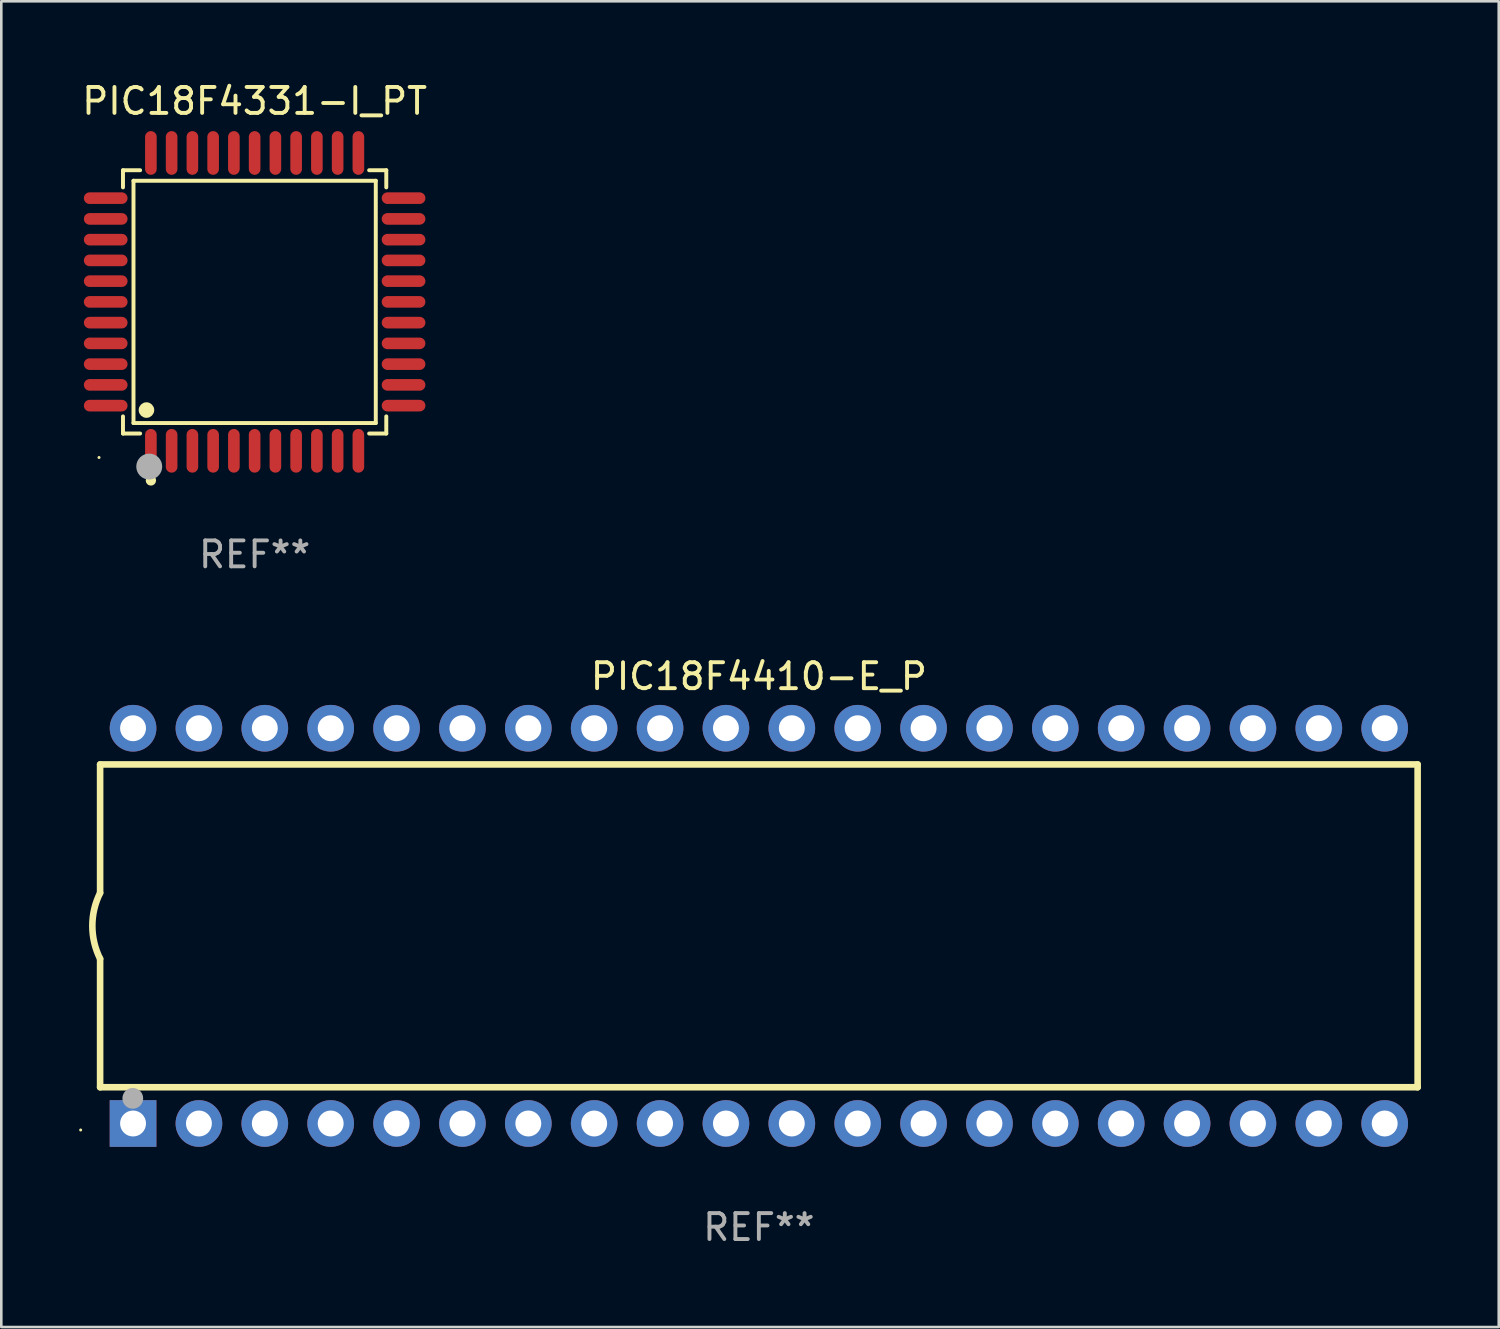
<source format=kicad_pcb>
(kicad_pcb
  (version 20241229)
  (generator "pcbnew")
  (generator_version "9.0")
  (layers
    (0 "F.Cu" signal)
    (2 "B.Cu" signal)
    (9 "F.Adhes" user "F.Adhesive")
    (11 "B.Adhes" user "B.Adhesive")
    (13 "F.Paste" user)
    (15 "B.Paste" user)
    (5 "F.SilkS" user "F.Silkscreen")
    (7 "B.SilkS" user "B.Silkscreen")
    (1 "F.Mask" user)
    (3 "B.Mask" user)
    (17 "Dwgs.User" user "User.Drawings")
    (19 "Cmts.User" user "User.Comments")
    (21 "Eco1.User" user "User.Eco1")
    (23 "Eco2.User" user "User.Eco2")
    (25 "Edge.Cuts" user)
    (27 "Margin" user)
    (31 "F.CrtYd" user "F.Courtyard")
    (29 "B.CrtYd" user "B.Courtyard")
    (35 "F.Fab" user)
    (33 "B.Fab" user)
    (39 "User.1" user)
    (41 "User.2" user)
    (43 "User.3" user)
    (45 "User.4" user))
  (footprint "PIC18F4331-I_PT"
    (layer "F.Cu")
    (at 6.768 8.59)
    (property "Reference" "PIC18F4331-I_PT" (at 0 -7.742 0) (layer "F.SilkS") (effects (font (size 1 1) (thickness 0.15))))
    (attr through_hole)
    (fp_line (start -5.076 -5.076) (end -4.415 -5.076) (stroke (width 0.152) (type solid)) (layer "F.SilkS"))
    (fp_line (start -5.076 -4.415) (end -5.076 -5.076) (stroke (width 0.152) (type solid)) (layer "F.SilkS"))
    (fp_line (start -5.076 4.415) (end -5.076 5.076) (stroke (width 0.152) (type solid)) (layer "F.SilkS"))
    (fp_line (start -5.076 5.076) (end -4.415 5.076) (stroke (width 0.152) (type solid)) (layer "F.SilkS"))
    (fp_line (start -4.671 -4.671) (end 4.671 -4.671) (stroke (width 0.152) (type solid)) (layer "F.SilkS"))
    (fp_line (start -4.671 4.671) (end -4.671 -4.671) (stroke (width 0.152) (type solid)) (layer "F.SilkS"))
    (fp_line (start 4.671 -4.671) (end 4.671 4.671) (stroke (width 0.152) (type solid)) (layer "F.SilkS"))
    (fp_line (start 4.671 4.671) (end -4.671 4.671) (stroke (width 0.152) (type solid)) (layer "F.SilkS"))
    (fp_line (start 5.076 -5.076) (end 4.415 -5.076) (stroke (width 0.152) (type solid)) (layer "F.SilkS"))
    (fp_line (start 5.076 -4.415) (end 5.076 -5.076) (stroke (width 0.152) (type solid)) (layer "F.SilkS"))
    (fp_line (start 5.076 4.415) (end 5.076 5.076) (stroke (width 0.152) (type solid)) (layer "F.SilkS"))
    (fp_line (start 5.076 5.076) (end 4.415 5.076) (stroke (width 0.152) (type solid)) (layer "F.SilkS"))
    (fp_circle (center -6 6) (end -5.97 6) (stroke (width 0.06) (type solid)) (fill no) (layer "F.SilkS"))
    (fp_circle (center -4.171 4.171) (end -4.021 4.171) (stroke (width 0.3) (type solid)) (fill no) (layer "F.SilkS"))
    (fp_circle (center -4 6.884) (end -3.9 6.884) (stroke (width 0.2) (type solid)) (fill no) (layer "F.SilkS"))
    (fp_circle (center -4.064 6.35) (end -3.814 6.35) (stroke (width 0.5) (type solid)) (fill no) (layer "F.Fab"))
    (fp_text user "REF**" (at 0 9.742 0) (layer "F.Fab") (effects (font (size 1 1) (thickness 0.15))))
    (pad "1" smd oval (at -4 5.742) (size 0.448 1.684) (layers "F.Cu" "F.Mask" "F.Paste"))
    (pad "2" smd oval (at -3.2 5.742) (size 0.448 1.684) (layers "F.Cu" "F.Mask" "F.Paste"))
    (pad "3" smd oval (at -2.4 5.742) (size 0.448 1.684) (layers "F.Cu" "F.Mask" "F.Paste"))
    (pad "4" smd oval (at -1.6 5.742) (size 0.448 1.684) (layers "F.Cu" "F.Mask" "F.Paste"))
    (pad "5" smd oval (at -0.8 5.742) (size 0.448 1.684) (layers "F.Cu" "F.Mask" "F.Paste"))
    (pad "6" smd oval (at 0 5.742) (size 0.448 1.684) (layers "F.Cu" "F.Mask" "F.Paste"))
    (pad "7" smd oval (at 0.8 5.742) (size 0.448 1.684) (layers "F.Cu" "F.Mask" "F.Paste"))
    (pad "8" smd oval (at 1.6 5.742) (size 0.448 1.684) (layers "F.Cu" "F.Mask" "F.Paste"))
    (pad "9" smd oval (at 2.4 5.742) (size 0.448 1.684) (layers "F.Cu" "F.Mask" "F.Paste"))
    (pad "10" smd oval (at 3.2 5.742) (size 0.448 1.684) (layers "F.Cu" "F.Mask" "F.Paste"))
    (pad "11" smd oval (at 4 5.742) (size 0.448 1.684) (layers "F.Cu" "F.Mask" "F.Paste"))
    (pad "12" smd oval (at 5.742 4) (size 1.684 0.448) (layers "F.Cu" "F.Mask" "F.Paste"))
    (pad "13" smd oval (at 5.742 3.2) (size 1.684 0.448) (layers "F.Cu" "F.Mask" "F.Paste"))
    (pad "14" smd oval (at 5.742 2.4) (size 1.684 0.448) (layers "F.Cu" "F.Mask" "F.Paste"))
    (pad "15" smd oval (at 5.742 1.6) (size 1.684 0.448) (layers "F.Cu" "F.Mask" "F.Paste"))
    (pad "16" smd oval (at 5.742 0.8) (size 1.684 0.448) (layers "F.Cu" "F.Mask" "F.Paste"))
    (pad "17" smd oval (at 5.742 0) (size 1.684 0.448) (layers "F.Cu" "F.Mask" "F.Paste"))
    (pad "18" smd oval (at 5.742 -0.8) (size 1.684 0.448) (layers "F.Cu" "F.Mask" "F.Paste"))
    (pad "19" smd oval (at 5.742 -1.6) (size 1.684 0.448) (layers "F.Cu" "F.Mask" "F.Paste"))
    (pad "20" smd oval (at 5.742 -2.4) (size 1.684 0.448) (layers "F.Cu" "F.Mask" "F.Paste"))
    (pad "21" smd oval (at 5.742 -3.2) (size 1.684 0.448) (layers "F.Cu" "F.Mask" "F.Paste"))
    (pad "22" smd oval (at 5.742 -4) (size 1.684 0.448) (layers "F.Cu" "F.Mask" "F.Paste"))
    (pad "23" smd oval (at 4 -5.742) (size 0.448 1.684) (layers "F.Cu" "F.Mask" "F.Paste"))
    (pad "24" smd oval (at 3.2 -5.742) (size 0.448 1.684) (layers "F.Cu" "F.Mask" "F.Paste"))
    (pad "25" smd oval (at 2.4 -5.742) (size 0.448 1.684) (layers "F.Cu" "F.Mask" "F.Paste"))
    (pad "26" smd oval (at 1.6 -5.742) (size 0.448 1.684) (layers "F.Cu" "F.Mask" "F.Paste"))
    (pad "27" smd oval (at 0.8 -5.742) (size 0.448 1.684) (layers "F.Cu" "F.Mask" "F.Paste"))
    (pad "28" smd oval (at 0 -5.742) (size 0.448 1.684) (layers "F.Cu" "F.Mask" "F.Paste"))
    (pad "29" smd oval (at -0.8 -5.742) (size 0.448 1.684) (layers "F.Cu" "F.Mask" "F.Paste"))
    (pad "30" smd oval (at -1.6 -5.742) (size 0.448 1.684) (layers "F.Cu" "F.Mask" "F.Paste"))
    (pad "31" smd oval (at -2.4 -5.742) (size 0.448 1.684) (layers "F.Cu" "F.Mask" "F.Paste"))
    (pad "32" smd oval (at -3.2 -5.742) (size 0.448 1.684) (layers "F.Cu" "F.Mask" "F.Paste"))
    (pad "33" smd oval (at -4 -5.742) (size 0.448 1.684) (layers "F.Cu" "F.Mask" "F.Paste"))
    (pad "34" smd oval (at -5.742 -4) (size 1.684 0.448) (layers "F.Cu" "F.Mask" "F.Paste"))
    (pad "35" smd oval (at -5.742 -3.2) (size 1.684 0.448) (layers "F.Cu" "F.Mask" "F.Paste"))
    (pad "36" smd oval (at -5.742 -2.4) (size 1.684 0.448) (layers "F.Cu" "F.Mask" "F.Paste"))
    (pad "37" smd oval (at -5.742 -1.6) (size 1.684 0.448) (layers "F.Cu" "F.Mask" "F.Paste"))
    (pad "38" smd oval (at -5.742 -0.8) (size 1.684 0.448) (layers "F.Cu" "F.Mask" "F.Paste"))
    (pad "39" smd oval (at -5.742 0) (size 1.684 0.448) (layers "F.Cu" "F.Mask" "F.Paste"))
    (pad "40" smd oval (at -5.742 0.8) (size 1.684 0.448) (layers "F.Cu" "F.Mask" "F.Paste"))
    (pad "41" smd oval (at -5.742 1.6) (size 1.684 0.448) (layers "F.Cu" "F.Mask" "F.Paste"))
    (pad "42" smd oval (at -5.742 2.4) (size 1.684 0.448) (layers "F.Cu" "F.Mask" "F.Paste"))
    (pad "43" smd oval (at -5.742 3.2) (size 1.684 0.448) (layers "F.Cu" "F.Mask" "F.Paste"))
    (pad "44" smd oval (at -5.742 4) (size 1.684 0.448) (layers "F.Cu" "F.Mask" "F.Paste")))
  (footprint "PIC18F4410-E_P"
    (layer "F.Cu")
    (at 26.21 32.649)
    (property "Reference" "PIC18F4410-E_P" (at 0 -9.62 0) (layer "F.SilkS") (effects (font (size 1 1) (thickness 0.15))))
    (attr through_hole)
    (fp_line (start -25.4 -6.224) (end -25.4 -1.271) (stroke (width 0.254) (type solid)) (layer "F.SilkS"))
    (fp_line (start -25.4 -6.224) (end 25.4 -6.224) (stroke (width 0.254) (type solid)) (layer "F.SilkS"))
    (fp_line (start -25.4 1.269) (end -25.4 6.222) (stroke (width 0.254) (type solid)) (layer "F.SilkS"))
    (fp_line (start -25.4 6.222) (end 25.4 6.222) (stroke (width 0.254) (type solid)) (layer "F.SilkS"))
    (fp_line (start 25.4 6.222) (end 25.4 -6.224) (stroke (width 0.254) (type solid)) (layer "F.SilkS"))
    (fp_arc (start -25.4 1.269241) (mid -25.699807 -0.000762) (end -25.4 -1.270765) (stroke (width 0.254001) (type solid)) (layer "F.SilkS"))
    (fp_circle (center -26.15 7.87) (end -26.12 7.87) (stroke (width 0.06) (type solid)) (fill no) (layer "F.SilkS"))
    (fp_circle (center -24.14 6.65) (end -23.94 6.65) (stroke (width 0.4) (type solid)) (fill no) (layer "F.Fab"))
    (fp_text user "REF**" (at 0 11.62 0) (layer "F.Fab") (effects (font (size 1 1) (thickness 0.15))))
    (pad "1" thru_hole rect (at -24.13 7.62 90) (size 1.8 1.8) (drill 1) (layers "*.Cu" "*.Mask"))
    (pad "2" thru_hole circle (at -21.59 7.62) (size 1.8 1.8) (drill 1) (layers "*.Cu" "*.Mask"))
    (pad "3" thru_hole circle (at -19.05 7.62) (size 1.8 1.8) (drill 1) (layers "*.Cu" "*.Mask"))
    (pad "4" thru_hole circle (at -16.51 7.62) (size 1.8 1.8) (drill 1) (layers "*.Cu" "*.Mask"))
    (pad "5" thru_hole circle (at -13.97 7.62) (size 1.8 1.8) (drill 1) (layers "*.Cu" "*.Mask"))
    (pad "6" thru_hole circle (at -11.43 7.62) (size 1.8 1.8) (drill 1) (layers "*.Cu" "*.Mask"))
    (pad "7" thru_hole circle (at -8.89 7.62) (size 1.8 1.8) (drill 1) (layers "*.Cu" "*.Mask"))
    (pad "8" thru_hole circle (at -6.35 7.62) (size 1.8 1.8) (drill 1) (layers "*.Cu" "*.Mask"))
    (pad "9" thru_hole circle (at -3.81 7.62) (size 1.8 1.8) (drill 1) (layers "*.Cu" "*.Mask"))
    (pad "10" thru_hole circle (at -1.27 7.62) (size 1.8 1.8) (drill 1) (layers "*.Cu" "*.Mask"))
    (pad "11" thru_hole circle (at 1.27 7.62) (size 1.8 1.8) (drill 1) (layers "*.Cu" "*.Mask"))
    (pad "12" thru_hole circle (at 3.81 7.62) (size 1.8 1.8) (drill 1) (layers "*.Cu" "*.Mask"))
    (pad "13" thru_hole circle (at 6.35 7.62) (size 1.8 1.8) (drill 1) (layers "*.Cu" "*.Mask"))
    (pad "14" thru_hole circle (at 8.89 7.62) (size 1.8 1.8) (drill 1) (layers "*.Cu" "*.Mask"))
    (pad "15" thru_hole circle (at 11.43 7.62) (size 1.8 1.8) (drill 1) (layers "*.Cu" "*.Mask"))
    (pad "16" thru_hole circle (at 13.97 7.62) (size 1.8 1.8) (drill 1) (layers "*.Cu" "*.Mask"))
    (pad "17" thru_hole circle (at 16.51 7.62) (size 1.8 1.8) (drill 1) (layers "*.Cu" "*.Mask"))
    (pad "18" thru_hole circle (at 19.05 7.62) (size 1.8 1.8) (drill 1) (layers "*.Cu" "*.Mask"))
    (pad "19" thru_hole circle (at 21.59 7.62) (size 1.8 1.8) (drill 1) (layers "*.Cu" "*.Mask"))
    (pad "20" thru_hole circle (at 24.13 7.62) (size 1.8 1.8) (drill 1) (layers "*.Cu" "*.Mask"))
    (pad "21" thru_hole circle (at 24.13 -7.62) (size 1.8 1.8) (drill 1) (layers "*.Cu" "*.Mask"))
    (pad "22" thru_hole circle (at 21.59 -7.62) (size 1.8 1.8) (drill 1) (layers "*.Cu" "*.Mask"))
    (pad "23" thru_hole circle (at 19.05 -7.62) (size 1.8 1.8) (drill 1) (layers "*.Cu" "*.Mask"))
    (pad "24" thru_hole circle (at 16.51 -7.62) (size 1.8 1.8) (drill 1) (layers "*.Cu" "*.Mask"))
    (pad "25" thru_hole circle (at 13.97 -7.62) (size 1.8 1.8) (drill 1) (layers "*.Cu" "*.Mask"))
    (pad "26" thru_hole circle (at 11.43 -7.62) (size 1.8 1.8) (drill 1) (layers "*.Cu" "*.Mask"))
    (pad "27" thru_hole circle (at 8.89 -7.62) (size 1.8 1.8) (drill 1) (layers "*.Cu" "*.Mask"))
    (pad "28" thru_hole circle (at 6.35 -7.62) (size 1.8 1.8) (drill 1) (layers "*.Cu" "*.Mask"))
    (pad "29" thru_hole circle (at 3.81 -7.62) (size 1.8 1.8) (drill 1) (layers "*.Cu" "*.Mask"))
    (pad "30" thru_hole circle (at 1.27 -7.62) (size 1.8 1.8) (drill 1) (layers "*.Cu" "*.Mask"))
    (pad "31" thru_hole circle (at -1.27 -7.62) (size 1.8 1.8) (drill 1) (layers "*.Cu" "*.Mask"))
    (pad "32" thru_hole circle (at -3.81 -7.62) (size 1.8 1.8) (drill 1) (layers "*.Cu" "*.Mask"))
    (pad "33" thru_hole circle (at -6.35 -7.62) (size 1.8 1.8) (drill 1) (layers "*.Cu" "*.Mask"))
    (pad "34" thru_hole circle (at -8.89 -7.62) (size 1.8 1.8) (drill 1) (layers "*.Cu" "*.Mask"))
    (pad "35" thru_hole circle (at -11.43 -7.62) (size 1.8 1.8) (drill 1) (layers "*.Cu" "*.Mask"))
    (pad "36" thru_hole circle (at -13.97 -7.62) (size 1.8 1.8) (drill 1) (layers "*.Cu" "*.Mask"))
    (pad "37" thru_hole circle (at -16.51 -7.62) (size 1.8 1.8) (drill 1) (layers "*.Cu" "*.Mask"))
    (pad "38" thru_hole circle (at -19.05 -7.62) (size 1.8 1.8) (drill 1) (layers "*.Cu" "*.Mask"))
    (pad "39" thru_hole circle (at -21.59 -7.62) (size 1.8 1.8) (drill 1) (layers "*.Cu" "*.Mask"))
    (pad "40" thru_hole circle (at -24.13 -7.62) (size 1.8 1.8) (drill 1) (layers "*.Cu" "*.Mask")))
  (gr_rect
    (start -3 -3)
    (end 54.737 48.117)
    (stroke (width 0.1) (type default))
    (fill no)
    (layer "Edge.Cuts")))
</source>
